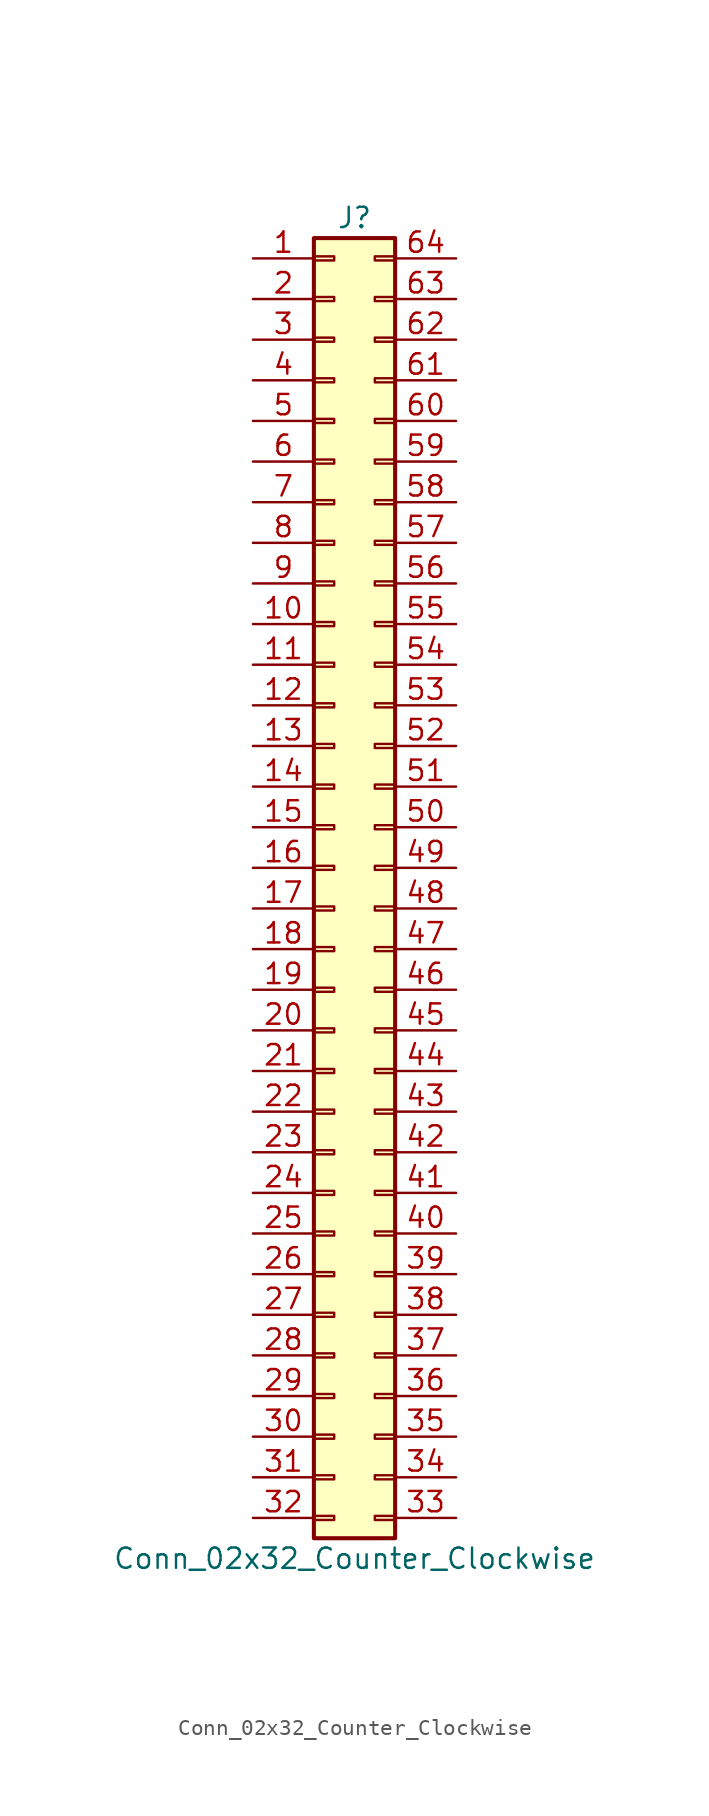
<source format=kicad_sym>
(kicad_symbol_lib
  (version 20201005)
  (generator kicad_symbol_editor)
  (symbol "Conn_02x32_Counter_Clockwise"
    (pin_names
      (offset 1.016) hide)
    (property "Reference" "J"
      (at 1.27 40.64 0)
      (effects (font (size 1.27 1.27))))
    (property "Value" "Conn_02x32_Counter_Clockwise"
      (at 1.27 -43.18 0)
      (effects (font (size 1.27 1.27))))
    (symbol "Conn_02x32_Counter_Clockwise_1_1"
      (rectangle (start -1.27 -40.513) (end 0 -40.767) (stroke (width 0.152)) (fill (type none)))
      (rectangle (start -1.27 -37.973) (end 0 -38.227) (stroke (width 0.152)) (fill (type none)))
      (rectangle (start -1.27 -35.433) (end 0 -35.687) (stroke (width 0.152)) (fill (type none)))
      (rectangle (start -1.27 -32.893) (end 0 -33.147) (stroke (width 0.152)) (fill (type none)))
      (rectangle (start -1.27 -30.353) (end 0 -30.607) (stroke (width 0.152)) (fill (type none)))
      (rectangle (start -1.27 -27.813) (end 0 -28.067) (stroke (width 0.152)) (fill (type none)))
      (rectangle (start -1.27 -25.273) (end 0 -25.527) (stroke (width 0.152)) (fill (type none)))
      (rectangle (start -1.27 -22.733) (end 0 -22.987) (stroke (width 0.152)) (fill (type none)))
      (rectangle (start -1.27 -20.193) (end 0 -20.447) (stroke (width 0.152)) (fill (type none)))
      (rectangle (start -1.27 -17.653) (end 0 -17.907) (stroke (width 0.152)) (fill (type none)))
      (rectangle (start -1.27 -15.113) (end 0 -15.367) (stroke (width 0.152)) (fill (type none)))
      (rectangle (start -1.27 -12.573) (end 0 -12.827) (stroke (width 0.152)) (fill (type none)))
      (rectangle (start -1.27 -10.033) (end 0 -10.287) (stroke (width 0.152)) (fill (type none)))
      (rectangle (start -1.27 -7.493) (end 0 -7.747) (stroke (width 0.152)) (fill (type none)))
      (rectangle (start -1.27 -4.953) (end 0 -5.207) (stroke (width 0.152)) (fill (type none)))
      (rectangle (start -1.27 -2.413) (end 0 -2.667) (stroke (width 0.152)) (fill (type none)))
      (rectangle (start -1.27 0.127) (end 0 -0.127) (stroke (width 0.152)) (fill (type none)))
      (rectangle (start -1.27 2.667) (end 0 2.413) (stroke (width 0.152)) (fill (type none)))
      (rectangle (start -1.27 5.207) (end 0 4.953) (stroke (width 0.152)) (fill (type none)))
      (rectangle (start -1.27 7.747) (end 0 7.493) (stroke (width 0.152)) (fill (type none)))
      (rectangle (start -1.27 10.287) (end 0 10.033) (stroke (width 0.152)) (fill (type none)))
      (rectangle (start -1.27 12.827) (end 0 12.573) (stroke (width 0.152)) (fill (type none)))
      (rectangle (start -1.27 15.367) (end 0 15.113) (stroke (width 0.152)) (fill (type none)))
      (rectangle (start -1.27 17.907) (end 0 17.653) (stroke (width 0.152)) (fill (type none)))
      (rectangle (start -1.27 20.447) (end 0 20.193) (stroke (width 0.152)) (fill (type none)))
      (rectangle (start -1.27 22.987) (end 0 22.733) (stroke (width 0.152)) (fill (type none)))
      (rectangle (start -1.27 25.527) (end 0 25.273) (stroke (width 0.152)) (fill (type none)))
      (rectangle (start -1.27 28.067) (end 0 27.813) (stroke (width 0.152)) (fill (type none)))
      (rectangle (start -1.27 30.607) (end 0 30.353) (stroke (width 0.152)) (fill (type none)))
      (rectangle (start -1.27 33.147) (end 0 32.893) (stroke (width 0.152)) (fill (type none)))
      (rectangle (start -1.27 35.687) (end 0 35.433) (stroke (width 0.152)) (fill (type none)))
      (rectangle (start -1.27 38.227) (end 0 37.973) (stroke (width 0.152)) (fill (type none)))
      (rectangle (start 3.81 -40.513) (end 2.54 -40.767) (stroke (width 0.152)) (fill (type none)))
      (rectangle (start 3.81 -37.973) (end 2.54 -38.227) (stroke (width 0.152)) (fill (type none)))
      (rectangle (start 3.81 -35.433) (end 2.54 -35.687) (stroke (width 0.152)) (fill (type none)))
      (rectangle (start 3.81 -32.893) (end 2.54 -33.147) (stroke (width 0.152)) (fill (type none)))
      (rectangle (start 3.81 -30.353) (end 2.54 -30.607) (stroke (width 0.152)) (fill (type none)))
      (rectangle (start 3.81 -27.813) (end 2.54 -28.067) (stroke (width 0.152)) (fill (type none)))
      (rectangle (start 3.81 -25.273) (end 2.54 -25.527) (stroke (width 0.152)) (fill (type none)))
      (rectangle (start 3.81 -22.733) (end 2.54 -22.987) (stroke (width 0.152)) (fill (type none)))
      (rectangle (start 3.81 -20.193) (end 2.54 -20.447) (stroke (width 0.152)) (fill (type none)))
      (rectangle (start 3.81 -17.653) (end 2.54 -17.907) (stroke (width 0.152)) (fill (type none)))
      (rectangle (start 3.81 -15.113) (end 2.54 -15.367) (stroke (width 0.152)) (fill (type none)))
      (rectangle (start 3.81 -12.573) (end 2.54 -12.827) (stroke (width 0.152)) (fill (type none)))
      (rectangle (start 3.81 -10.033) (end 2.54 -10.287) (stroke (width 0.152)) (fill (type none)))
      (rectangle (start 3.81 -7.493) (end 2.54 -7.747) (stroke (width 0.152)) (fill (type none)))
      (rectangle (start 3.81 -4.953) (end 2.54 -5.207) (stroke (width 0.152)) (fill (type none)))
      (rectangle (start 3.81 -2.413) (end 2.54 -2.667) (stroke (width 0.152)) (fill (type none)))
      (rectangle (start 3.81 0.127) (end 2.54 -0.127) (stroke (width 0.152)) (fill (type none)))
      (rectangle (start 3.81 2.667) (end 2.54 2.413) (stroke (width 0.152)) (fill (type none)))
      (rectangle (start 3.81 5.207) (end 2.54 4.953) (stroke (width 0.152)) (fill (type none)))
      (rectangle (start 3.81 7.747) (end 2.54 7.493) (stroke (width 0.152)) (fill (type none)))
      (rectangle (start 3.81 10.287) (end 2.54 10.033) (stroke (width 0.152)) (fill (type none)))
      (rectangle (start 3.81 12.827) (end 2.54 12.573) (stroke (width 0.152)) (fill (type none)))
      (rectangle (start 3.81 15.367) (end 2.54 15.113) (stroke (width 0.152)) (fill (type none)))
      (rectangle (start 3.81 17.907) (end 2.54 17.653) (stroke (width 0.152)) (fill (type none)))
      (rectangle (start 3.81 20.447) (end 2.54 20.193) (stroke (width 0.152)) (fill (type none)))
      (rectangle (start 3.81 22.987) (end 2.54 22.733) (stroke (width 0.152)) (fill (type none)))
      (rectangle (start 3.81 25.527) (end 2.54 25.273) (stroke (width 0.152)) (fill (type none)))
      (rectangle (start 3.81 28.067) (end 2.54 27.813) (stroke (width 0.152)) (fill (type none)))
      (rectangle (start 3.81 30.607) (end 2.54 30.353) (stroke (width 0.152)) (fill (type none)))
      (rectangle (start 3.81 33.147) (end 2.54 32.893) (stroke (width 0.152)) (fill (type none)))
      (rectangle (start 3.81 35.687) (end 2.54 35.433) (stroke (width 0.152)) (fill (type none)))
      (rectangle (start 3.81 38.227) (end 2.54 37.973) (stroke (width 0.152)) (fill (type none)))
      (rectangle (start -1.27 39.37) (end 3.81 -41.91) (stroke (width 0.254)) (fill (type background)))
      (pin passive line (at -5.08 38.1 0) (length 3.81) (name "Pin_1" (effects (font (size 1.27 1.27)))) (number "1" (effects (font (size 1.27 1.27)))))
      (pin passive line (at -5.08 15.24 0) (length 3.81) (name "Pin_10" (effects (font (size 1.27 1.27)))) (number "10" (effects (font (size 1.27 1.27)))))
      (pin passive line (at -5.08 12.7 0) (length 3.81) (name "Pin_11" (effects (font (size 1.27 1.27)))) (number "11" (effects (font (size 1.27 1.27)))))
      (pin passive line (at -5.08 10.16 0) (length 3.81) (name "Pin_12" (effects (font (size 1.27 1.27)))) (number "12" (effects (font (size 1.27 1.27)))))
      (pin passive line (at -5.08 7.62 0) (length 3.81) (name "Pin_13" (effects (font (size 1.27 1.27)))) (number "13" (effects (font (size 1.27 1.27)))))
      (pin passive line (at -5.08 5.08 0) (length 3.81) (name "Pin_14" (effects (font (size 1.27 1.27)))) (number "14" (effects (font (size 1.27 1.27)))))
      (pin passive line (at -5.08 2.54 0) (length 3.81) (name "Pin_15" (effects (font (size 1.27 1.27)))) (number "15" (effects (font (size 1.27 1.27)))))
      (pin passive line (at -5.08 0 0) (length 3.81) (name "Pin_16" (effects (font (size 1.27 1.27)))) (number "16" (effects (font (size 1.27 1.27)))))
      (pin passive line (at -5.08 -2.54 0) (length 3.81) (name "Pin_17" (effects (font (size 1.27 1.27)))) (number "17" (effects (font (size 1.27 1.27)))))
      (pin passive line (at -5.08 -5.08 0) (length 3.81) (name "Pin_18" (effects (font (size 1.27 1.27)))) (number "18" (effects (font (size 1.27 1.27)))))
      (pin passive line (at -5.08 -7.62 0) (length 3.81) (name "Pin_19" (effects (font (size 1.27 1.27)))) (number "19" (effects (font (size 1.27 1.27)))))
      (pin passive line (at -5.08 35.56 0) (length 3.81) (name "Pin_2" (effects (font (size 1.27 1.27)))) (number "2" (effects (font (size 1.27 1.27)))))
      (pin passive line (at -5.08 -10.16 0) (length 3.81) (name "Pin_20" (effects (font (size 1.27 1.27)))) (number "20" (effects (font (size 1.27 1.27)))))
      (pin passive line (at -5.08 -12.7 0) (length 3.81) (name "Pin_21" (effects (font (size 1.27 1.27)))) (number "21" (effects (font (size 1.27 1.27)))))
      (pin passive line (at -5.08 -15.24 0) (length 3.81) (name "Pin_22" (effects (font (size 1.27 1.27)))) (number "22" (effects (font (size 1.27 1.27)))))
      (pin passive line (at -5.08 -17.78 0) (length 3.81) (name "Pin_23" (effects (font (size 1.27 1.27)))) (number "23" (effects (font (size 1.27 1.27)))))
      (pin passive line (at -5.08 -20.32 0) (length 3.81) (name "Pin_24" (effects (font (size 1.27 1.27)))) (number "24" (effects (font (size 1.27 1.27)))))
      (pin passive line (at -5.08 -22.86 0) (length 3.81) (name "Pin_25" (effects (font (size 1.27 1.27)))) (number "25" (effects (font (size 1.27 1.27)))))
      (pin passive line (at -5.08 -25.4 0) (length 3.81) (name "Pin_26" (effects (font (size 1.27 1.27)))) (number "26" (effects (font (size 1.27 1.27)))))
      (pin passive line (at -5.08 -27.94 0) (length 3.81) (name "Pin_27" (effects (font (size 1.27 1.27)))) (number "27" (effects (font (size 1.27 1.27)))))
      (pin passive line (at -5.08 -30.48 0) (length 3.81) (name "Pin_28" (effects (font (size 1.27 1.27)))) (number "28" (effects (font (size 1.27 1.27)))))
      (pin passive line (at -5.08 -33.02 0) (length 3.81) (name "Pin_29" (effects (font (size 1.27 1.27)))) (number "29" (effects (font (size 1.27 1.27)))))
      (pin passive line (at -5.08 33.02 0) (length 3.81) (name "Pin_3" (effects (font (size 1.27 1.27)))) (number "3" (effects (font (size 1.27 1.27)))))
      (pin passive line (at -5.08 -35.56 0) (length 3.81) (name "Pin_30" (effects (font (size 1.27 1.27)))) (number "30" (effects (font (size 1.27 1.27)))))
      (pin passive line (at -5.08 -38.1 0) (length 3.81) (name "Pin_31" (effects (font (size 1.27 1.27)))) (number "31" (effects (font (size 1.27 1.27)))))
      (pin passive line (at -5.08 -40.64 0) (length 3.81) (name "Pin_32" (effects (font (size 1.27 1.27)))) (number "32" (effects (font (size 1.27 1.27)))))
      (pin passive line (at 7.62 -40.64 180) (length 3.81) (name "Pin_33" (effects (font (size 1.27 1.27)))) (number "33" (effects (font (size 1.27 1.27)))))
      (pin passive line (at 7.62 -38.1 180) (length 3.81) (name "Pin_34" (effects (font (size 1.27 1.27)))) (number "34" (effects (font (size 1.27 1.27)))))
      (pin passive line (at 7.62 -35.56 180) (length 3.81) (name "Pin_35" (effects (font (size 1.27 1.27)))) (number "35" (effects (font (size 1.27 1.27)))))
      (pin passive line (at 7.62 -33.02 180) (length 3.81) (name "Pin_36" (effects (font (size 1.27 1.27)))) (number "36" (effects (font (size 1.27 1.27)))))
      (pin passive line (at 7.62 -30.48 180) (length 3.81) (name "Pin_37" (effects (font (size 1.27 1.27)))) (number "37" (effects (font (size 1.27 1.27)))))
      (pin passive line (at 7.62 -27.94 180) (length 3.81) (name "Pin_38" (effects (font (size 1.27 1.27)))) (number "38" (effects (font (size 1.27 1.27)))))
      (pin passive line (at 7.62 -25.4 180) (length 3.81) (name "Pin_39" (effects (font (size 1.27 1.27)))) (number "39" (effects (font (size 1.27 1.27)))))
      (pin passive line (at -5.08 30.48 0) (length 3.81) (name "Pin_4" (effects (font (size 1.27 1.27)))) (number "4" (effects (font (size 1.27 1.27)))))
      (pin passive line (at 7.62 -22.86 180) (length 3.81) (name "Pin_40" (effects (font (size 1.27 1.27)))) (number "40" (effects (font (size 1.27 1.27)))))
      (pin passive line (at 7.62 -20.32 180) (length 3.81) (name "Pin_41" (effects (font (size 1.27 1.27)))) (number "41" (effects (font (size 1.27 1.27)))))
      (pin passive line (at 7.62 -17.78 180) (length 3.81) (name "Pin_42" (effects (font (size 1.27 1.27)))) (number "42" (effects (font (size 1.27 1.27)))))
      (pin passive line (at 7.62 -15.24 180) (length 3.81) (name "Pin_43" (effects (font (size 1.27 1.27)))) (number "43" (effects (font (size 1.27 1.27)))))
      (pin passive line (at 7.62 -12.7 180) (length 3.81) (name "Pin_44" (effects (font (size 1.27 1.27)))) (number "44" (effects (font (size 1.27 1.27)))))
      (pin passive line (at 7.62 -10.16 180) (length 3.81) (name "Pin_45" (effects (font (size 1.27 1.27)))) (number "45" (effects (font (size 1.27 1.27)))))
      (pin passive line (at 7.62 -7.62 180) (length 3.81) (name "Pin_46" (effects (font (size 1.27 1.27)))) (number "46" (effects (font (size 1.27 1.27)))))
      (pin passive line (at 7.62 -5.08 180) (length 3.81) (name "Pin_47" (effects (font (size 1.27 1.27)))) (number "47" (effects (font (size 1.27 1.27)))))
      (pin passive line (at 7.62 -2.54 180) (length 3.81) (name "Pin_48" (effects (font (size 1.27 1.27)))) (number "48" (effects (font (size 1.27 1.27)))))
      (pin passive line (at 7.62 0 180) (length 3.81) (name "Pin_49" (effects (font (size 1.27 1.27)))) (number "49" (effects (font (size 1.27 1.27)))))
      (pin passive line (at -5.08 27.94 0) (length 3.81) (name "Pin_5" (effects (font (size 1.27 1.27)))) (number "5" (effects (font (size 1.27 1.27)))))
      (pin passive line (at 7.62 2.54 180) (length 3.81) (name "Pin_50" (effects (font (size 1.27 1.27)))) (number "50" (effects (font (size 1.27 1.27)))))
      (pin passive line (at 7.62 5.08 180) (length 3.81) (name "Pin_51" (effects (font (size 1.27 1.27)))) (number "51" (effects (font (size 1.27 1.27)))))
      (pin passive line (at 7.62 7.62 180) (length 3.81) (name "Pin_52" (effects (font (size 1.27 1.27)))) (number "52" (effects (font (size 1.27 1.27)))))
      (pin passive line (at 7.62 10.16 180) (length 3.81) (name "Pin_53" (effects (font (size 1.27 1.27)))) (number "53" (effects (font (size 1.27 1.27)))))
      (pin passive line (at 7.62 12.7 180) (length 3.81) (name "Pin_54" (effects (font (size 1.27 1.27)))) (number "54" (effects (font (size 1.27 1.27)))))
      (pin passive line (at 7.62 15.24 180) (length 3.81) (name "Pin_55" (effects (font (size 1.27 1.27)))) (number "55" (effects (font (size 1.27 1.27)))))
      (pin passive line (at 7.62 17.78 180) (length 3.81) (name "Pin_56" (effects (font (size 1.27 1.27)))) (number "56" (effects (font (size 1.27 1.27)))))
      (pin passive line (at 7.62 20.32 180) (length 3.81) (name "Pin_57" (effects (font (size 1.27 1.27)))) (number "57" (effects (font (size 1.27 1.27)))))
      (pin passive line (at 7.62 22.86 180) (length 3.81) (name "Pin_58" (effects (font (size 1.27 1.27)))) (number "58" (effects (font (size 1.27 1.27)))))
      (pin passive line (at 7.62 25.4 180) (length 3.81) (name "Pin_59" (effects (font (size 1.27 1.27)))) (number "59" (effects (font (size 1.27 1.27)))))
      (pin passive line (at -5.08 25.4 0) (length 3.81) (name "Pin_6" (effects (font (size 1.27 1.27)))) (number "6" (effects (font (size 1.27 1.27)))))
      (pin passive line (at 7.62 27.94 180) (length 3.81) (name "Pin_60" (effects (font (size 1.27 1.27)))) (number "60" (effects (font (size 1.27 1.27)))))
      (pin passive line (at 7.62 30.48 180) (length 3.81) (name "Pin_61" (effects (font (size 1.27 1.27)))) (number "61" (effects (font (size 1.27 1.27)))))
      (pin passive line (at 7.62 33.02 180) (length 3.81) (name "Pin_62" (effects (font (size 1.27 1.27)))) (number "62" (effects (font (size 1.27 1.27)))))
      (pin passive line (at 7.62 35.56 180) (length 3.81) (name "Pin_63" (effects (font (size 1.27 1.27)))) (number "63" (effects (font (size 1.27 1.27)))))
      (pin passive line (at 7.62 38.1 180) (length 3.81) (name "Pin_64" (effects (font (size 1.27 1.27)))) (number "64" (effects (font (size 1.27 1.27)))))
      (pin passive line (at -5.08 22.86 0) (length 3.81) (name "Pin_7" (effects (font (size 1.27 1.27)))) (number "7" (effects (font (size 1.27 1.27)))))
      (pin passive line (at -5.08 20.32 0) (length 3.81) (name "Pin_8" (effects (font (size 1.27 1.27)))) (number "8" (effects (font (size 1.27 1.27)))))
      (pin passive line (at -5.08 17.78 0) (length 3.81) (name "Pin_9" (effects (font (size 1.27 1.27)))) (number "9" (effects (font (size 1.27 1.27))))))))
</source>
